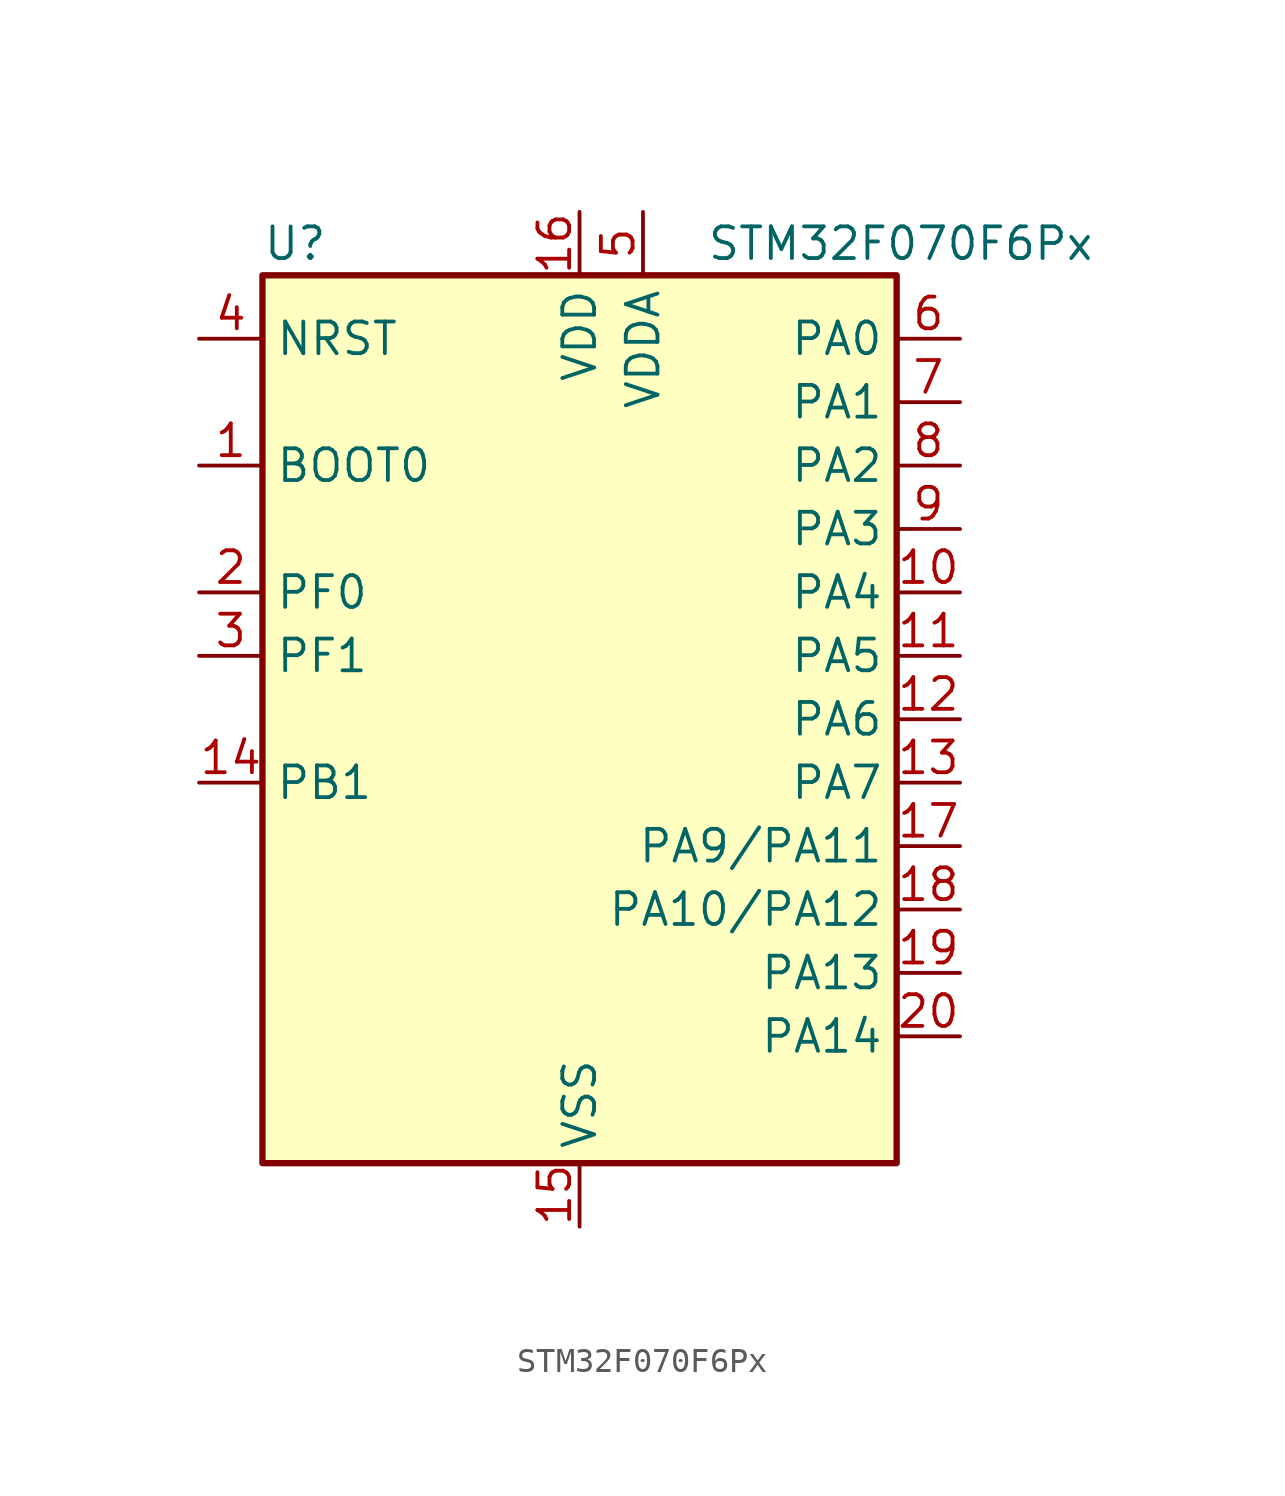
<source format=kicad_sym>
(kicad_symbol_lib
  (version 20231120)
  (generator "kicad_symbol_editor")
  (generator_version "8.0")
  (symbol "STM32F070F6Px"
    (property "Reference" "U"
      (at -12.7 19.05 0)
      (effects (font (size 1.27 1.27)) (justify left)))
    (property "Value" "STM32F070F6Px"
      (at 5.08 19.05 0)
      (effects (font (size 1.27 1.27)) (justify left)))
    (property "ki_locked" ""
      (at 0 0 0)
      (effects (font (size 1.27 1.27))))
    (symbol "STM32F070F6Px_0_1"
      (rectangle (start -12.7 -17.78) (end 12.7 17.78) (stroke (width 0.254) (type default)) (fill (type background))))
    (symbol "STM32F070F6Px_1_1"
      (pin input line (at -15.24 10.16 0) (length 2.54) (name "BOOT0" (effects (font (size 1.27 1.27)))) (number "1" (effects (font (size 1.27 1.27)))))
      (pin bidirectional line (at 15.24 5.08 180) (length 2.54) (name "PA4" (effects (font (size 1.27 1.27)))) (number "10" (effects (font (size 1.27 1.27)))) (alternate "ADC_IN4" bidirectional line) (alternate "SPI1_NSS" bidirectional line) (alternate "TIM14_CH1" bidirectional line) (alternate "USART2_CK" bidirectional line) (alternate "USB_NOE" bidirectional line))
      (pin bidirectional line (at 15.24 2.54 180) (length 2.54) (name "PA5" (effects (font (size 1.27 1.27)))) (number "11" (effects (font (size 1.27 1.27)))) (alternate "ADC_IN5" bidirectional line) (alternate "SPI1_SCK" bidirectional line))
      (pin bidirectional line (at 15.24 0 180) (length 2.54) (name "PA6" (effects (font (size 1.27 1.27)))) (number "12" (effects (font (size 1.27 1.27)))) (alternate "ADC_IN6" bidirectional line) (alternate "SPI1_MISO" bidirectional line) (alternate "TIM16_CH1" bidirectional line) (alternate "TIM1_BKIN" bidirectional line) (alternate "TIM3_CH1" bidirectional line))
      (pin bidirectional line (at 15.24 -2.54 180) (length 2.54) (name "PA7" (effects (font (size 1.27 1.27)))) (number "13" (effects (font (size 1.27 1.27)))) (alternate "ADC_IN7" bidirectional line) (alternate "SPI1_MOSI" bidirectional line) (alternate "TIM14_CH1" bidirectional line) (alternate "TIM17_CH1" bidirectional line) (alternate "TIM1_CH1N" bidirectional line) (alternate "TIM3_CH2" bidirectional line))
      (pin bidirectional line (at -15.24 -2.54 0) (length 2.54) (name "PB1" (effects (font (size 1.27 1.27)))) (number "14" (effects (font (size 1.27 1.27)))) (alternate "ADC_IN9" bidirectional line) (alternate "TIM14_CH1" bidirectional line) (alternate "TIM1_CH3N" bidirectional line) (alternate "TIM3_CH4" bidirectional line))
      (pin power_in line (at 0 -20.32 90) (length 2.54) (name "VSS" (effects (font (size 1.27 1.27)))) (number "15" (effects (font (size 1.27 1.27)))))
      (pin power_in line (at 0 20.32 270) (length 2.54) (name "VDD" (effects (font (size 1.27 1.27)))) (number "16" (effects (font (size 1.27 1.27)))))
      (pin bidirectional line (at 15.24 -5.08 180) (length 2.54) (name "PA9/PA11" (effects (font (size 1.27 1.27)))) (number "17" (effects (font (size 1.27 1.27)))) (alternate "I2C1_SCL" bidirectional line) (alternate "TIM1_CH2" bidirectional line) (alternate "USART1_TX" bidirectional line))
      (pin bidirectional line (at 15.24 -7.62 180) (length 2.54) (name "PA10/PA12" (effects (font (size 1.27 1.27)))) (number "18" (effects (font (size 1.27 1.27)))) (alternate "I2C1_SDA" bidirectional line) (alternate "TIM17_BKIN" bidirectional line) (alternate "TIM1_CH3" bidirectional line) (alternate "USART1_RX" bidirectional line))
      (pin bidirectional line (at 15.24 -10.16 180) (length 2.54) (name "PA13" (effects (font (size 1.27 1.27)))) (number "19" (effects (font (size 1.27 1.27)))) (alternate "IR_OUT" bidirectional line) (alternate "SYS_SWDIO" bidirectional line) (alternate "USB_NOE" bidirectional line))
      (pin bidirectional line (at -15.24 5.08 0) (length 2.54) (name "PF0" (effects (font (size 1.27 1.27)))) (number "2" (effects (font (size 1.27 1.27)))) (alternate "I2C1_SDA" bidirectional line) (alternate "RCC_OSC_IN" bidirectional line))
      (pin bidirectional line (at 15.24 -12.7 180) (length 2.54) (name "PA14" (effects (font (size 1.27 1.27)))) (number "20" (effects (font (size 1.27 1.27)))) (alternate "SYS_SWCLK" bidirectional line) (alternate "USART2_TX" bidirectional line))
      (pin bidirectional line (at -15.24 2.54 0) (length 2.54) (name "PF1" (effects (font (size 1.27 1.27)))) (number "3" (effects (font (size 1.27 1.27)))) (alternate "I2C1_SCL" bidirectional line) (alternate "RCC_OSC_OUT" bidirectional line))
      (pin input line (at -15.24 15.24 0) (length 2.54) (name "NRST" (effects (font (size 1.27 1.27)))) (number "4" (effects (font (size 1.27 1.27)))))
      (pin power_in line (at 2.54 20.32 270) (length 2.54) (name "VDDA" (effects (font (size 1.27 1.27)))) (number "5" (effects (font (size 1.27 1.27)))))
      (pin bidirectional line (at 15.24 15.24 180) (length 2.54) (name "PA0" (effects (font (size 1.27 1.27)))) (number "6" (effects (font (size 1.27 1.27)))) (alternate "ADC_IN0" bidirectional line) (alternate "RTC_TAMP2" bidirectional line) (alternate "SYS_WKUP1" bidirectional line) (alternate "USART2_CTS" bidirectional line))
      (pin bidirectional line (at 15.24 12.7 180) (length 2.54) (name "PA1" (effects (font (size 1.27 1.27)))) (number "7" (effects (font (size 1.27 1.27)))) (alternate "ADC_IN1" bidirectional line) (alternate "USART2_DE" bidirectional line) (alternate "USART2_RTS" bidirectional line))
      (pin bidirectional line (at 15.24 10.16 180) (length 2.54) (name "PA2" (effects (font (size 1.27 1.27)))) (number "8" (effects (font (size 1.27 1.27)))) (alternate "ADC_IN2" bidirectional line) (alternate "SYS_WKUP4" bidirectional line) (alternate "USART2_TX" bidirectional line))
      (pin bidirectional line (at 15.24 7.62 180) (length 2.54) (name "PA3" (effects (font (size 1.27 1.27)))) (number "9" (effects (font (size 1.27 1.27)))) (alternate "ADC_IN3" bidirectional line) (alternate "USART2_RX" bidirectional line)))))
</source>
